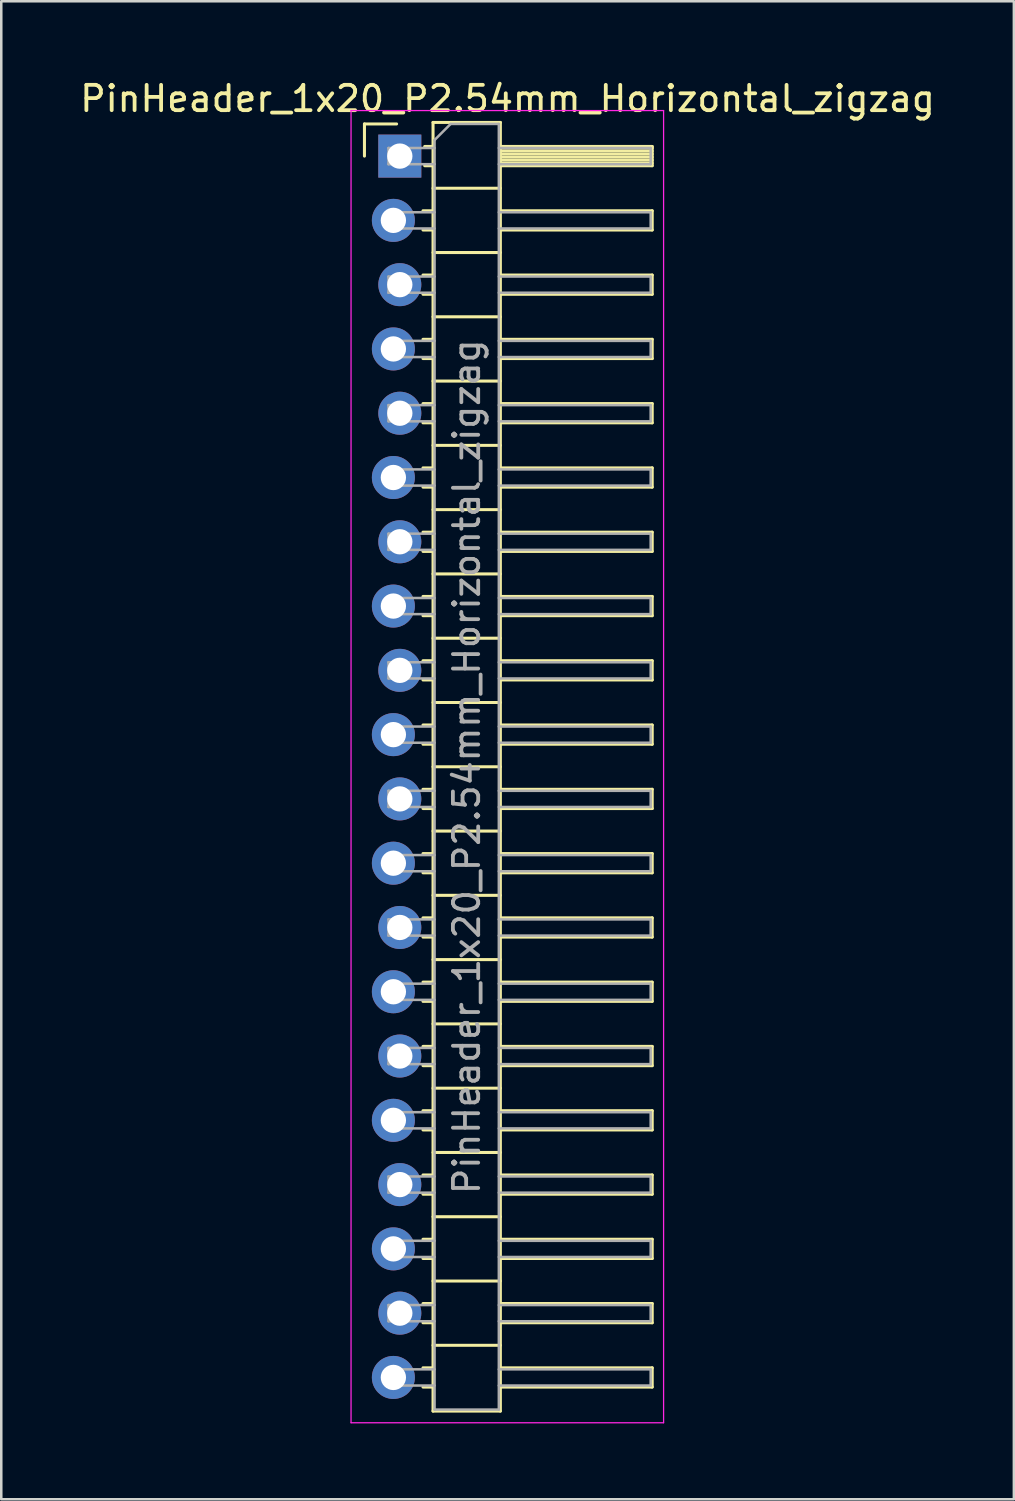
<source format=kicad_pcb>
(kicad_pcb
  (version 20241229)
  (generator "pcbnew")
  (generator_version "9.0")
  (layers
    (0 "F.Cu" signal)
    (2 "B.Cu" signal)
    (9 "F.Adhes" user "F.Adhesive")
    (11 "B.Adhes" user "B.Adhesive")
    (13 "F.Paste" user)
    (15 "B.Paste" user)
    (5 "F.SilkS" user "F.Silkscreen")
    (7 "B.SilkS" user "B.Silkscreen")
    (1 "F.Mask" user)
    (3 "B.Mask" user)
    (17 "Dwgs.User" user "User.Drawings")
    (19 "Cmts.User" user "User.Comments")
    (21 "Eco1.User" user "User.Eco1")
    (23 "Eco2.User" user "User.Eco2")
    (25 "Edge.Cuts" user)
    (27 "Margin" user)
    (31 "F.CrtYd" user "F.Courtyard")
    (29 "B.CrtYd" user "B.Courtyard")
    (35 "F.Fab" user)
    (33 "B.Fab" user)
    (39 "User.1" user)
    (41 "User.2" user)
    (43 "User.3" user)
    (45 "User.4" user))
  (footprint "PinHeader_1x20_P2.54mm_Horizontal_zigzag"
    (layer "F.Cu")
    (at 12.621 3.118)
    (property "Reference" "PinHeader_1x20_P2.54mm_Horizontal_zigzag" (at 4.385 -2.27 0) (layer "F.SilkS") (effects (font (size 1 1) (thickness 0.15))))
    (attr through_hole)
    (fp_line (start -1.27 -1.27) (end 0 -1.27) (stroke (width 0.12) (type solid)) (layer "F.SilkS"))
    (fp_line (start -1.27 0) (end -1.27 -1.27) (stroke (width 0.12) (type solid)) (layer "F.SilkS"))
    (fp_line (start 1.043 2.16) (end 1.44 2.16) (stroke (width 0.12) (type solid)) (layer "F.SilkS"))
    (fp_line (start 1.043 2.92) (end 1.44 2.92) (stroke (width 0.12) (type solid)) (layer "F.SilkS"))
    (fp_line (start 1.043 4.7) (end 1.44 4.7) (stroke (width 0.12) (type solid)) (layer "F.SilkS"))
    (fp_line (start 1.043 5.46) (end 1.44 5.46) (stroke (width 0.12) (type solid)) (layer "F.SilkS"))
    (fp_line (start 1.043 7.24) (end 1.44 7.24) (stroke (width 0.12) (type solid)) (layer "F.SilkS"))
    (fp_line (start 1.043 8) (end 1.44 8) (stroke (width 0.12) (type solid)) (layer "F.SilkS"))
    (fp_line (start 1.043 9.78) (end 1.44 9.78) (stroke (width 0.12) (type solid)) (layer "F.SilkS"))
    (fp_line (start 1.043 10.54) (end 1.44 10.54) (stroke (width 0.12) (type solid)) (layer "F.SilkS"))
    (fp_line (start 1.043 12.32) (end 1.44 12.32) (stroke (width 0.12) (type solid)) (layer "F.SilkS"))
    (fp_line (start 1.043 13.08) (end 1.44 13.08) (stroke (width 0.12) (type solid)) (layer "F.SilkS"))
    (fp_line (start 1.043 14.86) (end 1.44 14.86) (stroke (width 0.12) (type solid)) (layer "F.SilkS"))
    (fp_line (start 1.043 15.62) (end 1.44 15.62) (stroke (width 0.12) (type solid)) (layer "F.SilkS"))
    (fp_line (start 1.043 17.4) (end 1.44 17.4) (stroke (width 0.12) (type solid)) (layer "F.SilkS"))
    (fp_line (start 1.043 18.16) (end 1.44 18.16) (stroke (width 0.12) (type solid)) (layer "F.SilkS"))
    (fp_line (start 1.043 19.94) (end 1.44 19.94) (stroke (width 0.12) (type solid)) (layer "F.SilkS"))
    (fp_line (start 1.043 20.7) (end 1.44 20.7) (stroke (width 0.12) (type solid)) (layer "F.SilkS"))
    (fp_line (start 1.043 22.48) (end 1.44 22.48) (stroke (width 0.12) (type solid)) (layer "F.SilkS"))
    (fp_line (start 1.043 23.24) (end 1.44 23.24) (stroke (width 0.12) (type solid)) (layer "F.SilkS"))
    (fp_line (start 1.043 25.02) (end 1.44 25.02) (stroke (width 0.12) (type solid)) (layer "F.SilkS"))
    (fp_line (start 1.043 25.78) (end 1.44 25.78) (stroke (width 0.12) (type solid)) (layer "F.SilkS"))
    (fp_line (start 1.043 27.56) (end 1.44 27.56) (stroke (width 0.12) (type solid)) (layer "F.SilkS"))
    (fp_line (start 1.043 28.32) (end 1.44 28.32) (stroke (width 0.12) (type solid)) (layer "F.SilkS"))
    (fp_line (start 1.043 30.1) (end 1.44 30.1) (stroke (width 0.12) (type solid)) (layer "F.SilkS"))
    (fp_line (start 1.043 30.86) (end 1.44 30.86) (stroke (width 0.12) (type solid)) (layer "F.SilkS"))
    (fp_line (start 1.043 32.64) (end 1.44 32.64) (stroke (width 0.12) (type solid)) (layer "F.SilkS"))
    (fp_line (start 1.043 33.4) (end 1.44 33.4) (stroke (width 0.12) (type solid)) (layer "F.SilkS"))
    (fp_line (start 1.043 35.18) (end 1.44 35.18) (stroke (width 0.12) (type solid)) (layer "F.SilkS"))
    (fp_line (start 1.043 35.94) (end 1.44 35.94) (stroke (width 0.12) (type solid)) (layer "F.SilkS"))
    (fp_line (start 1.043 37.72) (end 1.44 37.72) (stroke (width 0.12) (type solid)) (layer "F.SilkS"))
    (fp_line (start 1.043 38.48) (end 1.44 38.48) (stroke (width 0.12) (type solid)) (layer "F.SilkS"))
    (fp_line (start 1.043 40.26) (end 1.44 40.26) (stroke (width 0.12) (type solid)) (layer "F.SilkS"))
    (fp_line (start 1.043 41.02) (end 1.44 41.02) (stroke (width 0.12) (type solid)) (layer "F.SilkS"))
    (fp_line (start 1.043 42.8) (end 1.44 42.8) (stroke (width 0.12) (type solid)) (layer "F.SilkS"))
    (fp_line (start 1.043 43.56) (end 1.44 43.56) (stroke (width 0.12) (type solid)) (layer "F.SilkS"))
    (fp_line (start 1.043 45.34) (end 1.44 45.34) (stroke (width 0.12) (type solid)) (layer "F.SilkS"))
    (fp_line (start 1.043 46.1) (end 1.44 46.1) (stroke (width 0.12) (type solid)) (layer "F.SilkS"))
    (fp_line (start 1.043 47.88) (end 1.44 47.88) (stroke (width 0.12) (type solid)) (layer "F.SilkS"))
    (fp_line (start 1.043 48.64) (end 1.44 48.64) (stroke (width 0.12) (type solid)) (layer "F.SilkS"))
    (fp_line (start 1.11 -0.38) (end 1.44 -0.38) (stroke (width 0.12) (type solid)) (layer "F.SilkS"))
    (fp_line (start 1.11 0.38) (end 1.44 0.38) (stroke (width 0.12) (type solid)) (layer "F.SilkS"))
    (fp_line (start 1.44 -1.33) (end 1.44 49.59) (stroke (width 0.12) (type solid)) (layer "F.SilkS"))
    (fp_line (start 1.44 1.27) (end 4.1 1.27) (stroke (width 0.12) (type solid)) (layer "F.SilkS"))
    (fp_line (start 1.44 3.81) (end 4.1 3.81) (stroke (width 0.12) (type solid)) (layer "F.SilkS"))
    (fp_line (start 1.44 6.35) (end 4.1 6.35) (stroke (width 0.12) (type solid)) (layer "F.SilkS"))
    (fp_line (start 1.44 8.89) (end 4.1 8.89) (stroke (width 0.12) (type solid)) (layer "F.SilkS"))
    (fp_line (start 1.44 11.43) (end 4.1 11.43) (stroke (width 0.12) (type solid)) (layer "F.SilkS"))
    (fp_line (start 1.44 13.97) (end 4.1 13.97) (stroke (width 0.12) (type solid)) (layer "F.SilkS"))
    (fp_line (start 1.44 16.51) (end 4.1 16.51) (stroke (width 0.12) (type solid)) (layer "F.SilkS"))
    (fp_line (start 1.44 19.05) (end 4.1 19.05) (stroke (width 0.12) (type solid)) (layer "F.SilkS"))
    (fp_line (start 1.44 21.59) (end 4.1 21.59) (stroke (width 0.12) (type solid)) (layer "F.SilkS"))
    (fp_line (start 1.44 24.13) (end 4.1 24.13) (stroke (width 0.12) (type solid)) (layer "F.SilkS"))
    (fp_line (start 1.44 26.67) (end 4.1 26.67) (stroke (width 0.12) (type solid)) (layer "F.SilkS"))
    (fp_line (start 1.44 29.21) (end 4.1 29.21) (stroke (width 0.12) (type solid)) (layer "F.SilkS"))
    (fp_line (start 1.44 31.75) (end 4.1 31.75) (stroke (width 0.12) (type solid)) (layer "F.SilkS"))
    (fp_line (start 1.44 34.29) (end 4.1 34.29) (stroke (width 0.12) (type solid)) (layer "F.SilkS"))
    (fp_line (start 1.44 36.83) (end 4.1 36.83) (stroke (width 0.12) (type solid)) (layer "F.SilkS"))
    (fp_line (start 1.44 39.37) (end 4.1 39.37) (stroke (width 0.12) (type solid)) (layer "F.SilkS"))
    (fp_line (start 1.44 41.91) (end 4.1 41.91) (stroke (width 0.12) (type solid)) (layer "F.SilkS"))
    (fp_line (start 1.44 44.45) (end 4.1 44.45) (stroke (width 0.12) (type solid)) (layer "F.SilkS"))
    (fp_line (start 1.44 46.99) (end 4.1 46.99) (stroke (width 0.12) (type solid)) (layer "F.SilkS"))
    (fp_line (start 1.44 49.59) (end 4.1 49.59) (stroke (width 0.12) (type solid)) (layer "F.SilkS"))
    (fp_line (start 4.1 -1.33) (end 1.44 -1.33) (stroke (width 0.12) (type solid)) (layer "F.SilkS"))
    (fp_line (start 4.1 -0.38) (end 10.1 -0.38) (stroke (width 0.12) (type solid)) (layer "F.SilkS"))
    (fp_line (start 4.1 -0.32) (end 10.1 -0.32) (stroke (width 0.12) (type solid)) (layer "F.SilkS"))
    (fp_line (start 4.1 -0.2) (end 10.1 -0.2) (stroke (width 0.12) (type solid)) (layer "F.SilkS"))
    (fp_line (start 4.1 -0.08) (end 10.1 -0.08) (stroke (width 0.12) (type solid)) (layer "F.SilkS"))
    (fp_line (start 4.1 0.04) (end 10.1 0.04) (stroke (width 0.12) (type solid)) (layer "F.SilkS"))
    (fp_line (start 4.1 0.16) (end 10.1 0.16) (stroke (width 0.12) (type solid)) (layer "F.SilkS"))
    (fp_line (start 4.1 0.28) (end 10.1 0.28) (stroke (width 0.12) (type solid)) (layer "F.SilkS"))
    (fp_line (start 4.1 2.16) (end 10.1 2.16) (stroke (width 0.12) (type solid)) (layer "F.SilkS"))
    (fp_line (start 4.1 4.7) (end 10.1 4.7) (stroke (width 0.12) (type solid)) (layer "F.SilkS"))
    (fp_line (start 4.1 7.24) (end 10.1 7.24) (stroke (width 0.12) (type solid)) (layer "F.SilkS"))
    (fp_line (start 4.1 9.78) (end 10.1 9.78) (stroke (width 0.12) (type solid)) (layer "F.SilkS"))
    (fp_line (start 4.1 12.32) (end 10.1 12.32) (stroke (width 0.12) (type solid)) (layer "F.SilkS"))
    (fp_line (start 4.1 14.86) (end 10.1 14.86) (stroke (width 0.12) (type solid)) (layer "F.SilkS"))
    (fp_line (start 4.1 17.4) (end 10.1 17.4) (stroke (width 0.12) (type solid)) (layer "F.SilkS"))
    (fp_line (start 4.1 19.94) (end 10.1 19.94) (stroke (width 0.12) (type solid)) (layer "F.SilkS"))
    (fp_line (start 4.1 22.48) (end 10.1 22.48) (stroke (width 0.12) (type solid)) (layer "F.SilkS"))
    (fp_line (start 4.1 25.02) (end 10.1 25.02) (stroke (width 0.12) (type solid)) (layer "F.SilkS"))
    (fp_line (start 4.1 27.56) (end 10.1 27.56) (stroke (width 0.12) (type solid)) (layer "F.SilkS"))
    (fp_line (start 4.1 30.1) (end 10.1 30.1) (stroke (width 0.12) (type solid)) (layer "F.SilkS"))
    (fp_line (start 4.1 32.64) (end 10.1 32.64) (stroke (width 0.12) (type solid)) (layer "F.SilkS"))
    (fp_line (start 4.1 35.18) (end 10.1 35.18) (stroke (width 0.12) (type solid)) (layer "F.SilkS"))
    (fp_line (start 4.1 37.72) (end 10.1 37.72) (stroke (width 0.12) (type solid)) (layer "F.SilkS"))
    (fp_line (start 4.1 40.26) (end 10.1 40.26) (stroke (width 0.12) (type solid)) (layer "F.SilkS"))
    (fp_line (start 4.1 42.8) (end 10.1 42.8) (stroke (width 0.12) (type solid)) (layer "F.SilkS"))
    (fp_line (start 4.1 45.34) (end 10.1 45.34) (stroke (width 0.12) (type solid)) (layer "F.SilkS"))
    (fp_line (start 4.1 47.88) (end 10.1 47.88) (stroke (width 0.12) (type solid)) (layer "F.SilkS"))
    (fp_line (start 4.1 49.59) (end 4.1 -1.33) (stroke (width 0.12) (type solid)) (layer "F.SilkS"))
    (fp_line (start 10.1 -0.38) (end 10.1 0.38) (stroke (width 0.12) (type solid)) (layer "F.SilkS"))
    (fp_line (start 10.1 0.38) (end 4.1 0.38) (stroke (width 0.12) (type solid)) (layer "F.SilkS"))
    (fp_line (start 10.1 2.16) (end 10.1 2.92) (stroke (width 0.12) (type solid)) (layer "F.SilkS"))
    (fp_line (start 10.1 2.92) (end 4.1 2.92) (stroke (width 0.12) (type solid)) (layer "F.SilkS"))
    (fp_line (start 10.1 4.7) (end 10.1 5.46) (stroke (width 0.12) (type solid)) (layer "F.SilkS"))
    (fp_line (start 10.1 5.46) (end 4.1 5.46) (stroke (width 0.12) (type solid)) (layer "F.SilkS"))
    (fp_line (start 10.1 7.24) (end 10.1 8) (stroke (width 0.12) (type solid)) (layer "F.SilkS"))
    (fp_line (start 10.1 8) (end 4.1 8) (stroke (width 0.12) (type solid)) (layer "F.SilkS"))
    (fp_line (start 10.1 9.78) (end 10.1 10.54) (stroke (width 0.12) (type solid)) (layer "F.SilkS"))
    (fp_line (start 10.1 10.54) (end 4.1 10.54) (stroke (width 0.12) (type solid)) (layer "F.SilkS"))
    (fp_line (start 10.1 12.32) (end 10.1 13.08) (stroke (width 0.12) (type solid)) (layer "F.SilkS"))
    (fp_line (start 10.1 13.08) (end 4.1 13.08) (stroke (width 0.12) (type solid)) (layer "F.SilkS"))
    (fp_line (start 10.1 14.86) (end 10.1 15.62) (stroke (width 0.12) (type solid)) (layer "F.SilkS"))
    (fp_line (start 10.1 15.62) (end 4.1 15.62) (stroke (width 0.12) (type solid)) (layer "F.SilkS"))
    (fp_line (start 10.1 17.4) (end 10.1 18.16) (stroke (width 0.12) (type solid)) (layer "F.SilkS"))
    (fp_line (start 10.1 18.16) (end 4.1 18.16) (stroke (width 0.12) (type solid)) (layer "F.SilkS"))
    (fp_line (start 10.1 19.94) (end 10.1 20.7) (stroke (width 0.12) (type solid)) (layer "F.SilkS"))
    (fp_line (start 10.1 20.7) (end 4.1 20.7) (stroke (width 0.12) (type solid)) (layer "F.SilkS"))
    (fp_line (start 10.1 22.48) (end 10.1 23.24) (stroke (width 0.12) (type solid)) (layer "F.SilkS"))
    (fp_line (start 10.1 23.24) (end 4.1 23.24) (stroke (width 0.12) (type solid)) (layer "F.SilkS"))
    (fp_line (start 10.1 25.02) (end 10.1 25.78) (stroke (width 0.12) (type solid)) (layer "F.SilkS"))
    (fp_line (start 10.1 25.78) (end 4.1 25.78) (stroke (width 0.12) (type solid)) (layer "F.SilkS"))
    (fp_line (start 10.1 27.56) (end 10.1 28.32) (stroke (width 0.12) (type solid)) (layer "F.SilkS"))
    (fp_line (start 10.1 28.32) (end 4.1 28.32) (stroke (width 0.12) (type solid)) (layer "F.SilkS"))
    (fp_line (start 10.1 30.1) (end 10.1 30.86) (stroke (width 0.12) (type solid)) (layer "F.SilkS"))
    (fp_line (start 10.1 30.86) (end 4.1 30.86) (stroke (width 0.12) (type solid)) (layer "F.SilkS"))
    (fp_line (start 10.1 32.64) (end 10.1 33.4) (stroke (width 0.12) (type solid)) (layer "F.SilkS"))
    (fp_line (start 10.1 33.4) (end 4.1 33.4) (stroke (width 0.12) (type solid)) (layer "F.SilkS"))
    (fp_line (start 10.1 35.18) (end 10.1 35.94) (stroke (width 0.12) (type solid)) (layer "F.SilkS"))
    (fp_line (start 10.1 35.94) (end 4.1 35.94) (stroke (width 0.12) (type solid)) (layer "F.SilkS"))
    (fp_line (start 10.1 37.72) (end 10.1 38.48) (stroke (width 0.12) (type solid)) (layer "F.SilkS"))
    (fp_line (start 10.1 38.48) (end 4.1 38.48) (stroke (width 0.12) (type solid)) (layer "F.SilkS"))
    (fp_line (start 10.1 40.26) (end 10.1 41.02) (stroke (width 0.12) (type solid)) (layer "F.SilkS"))
    (fp_line (start 10.1 41.02) (end 4.1 41.02) (stroke (width 0.12) (type solid)) (layer "F.SilkS"))
    (fp_line (start 10.1 42.8) (end 10.1 43.56) (stroke (width 0.12) (type solid)) (layer "F.SilkS"))
    (fp_line (start 10.1 43.56) (end 4.1 43.56) (stroke (width 0.12) (type solid)) (layer "F.SilkS"))
    (fp_line (start 10.1 45.34) (end 10.1 46.1) (stroke (width 0.12) (type solid)) (layer "F.SilkS"))
    (fp_line (start 10.1 46.1) (end 4.1 46.1) (stroke (width 0.12) (type solid)) (layer "F.SilkS"))
    (fp_line (start 10.1 47.88) (end 10.1 48.64) (stroke (width 0.12) (type solid)) (layer "F.SilkS"))
    (fp_line (start 10.1 48.64) (end 4.1 48.64) (stroke (width 0.12) (type solid)) (layer "F.SilkS"))
    (fp_line (start -1.8 -1.8) (end -1.8 50.05) (stroke (width 0.05) (type solid)) (layer "F.CrtYd"))
    (fp_line (start -1.8 50.05) (end 10.55 50.05) (stroke (width 0.05) (type solid)) (layer "F.CrtYd"))
    (fp_line (start 10.55 -1.8) (end -1.8 -1.8) (stroke (width 0.05) (type solid)) (layer "F.CrtYd"))
    (fp_line (start 10.55 50.05) (end 10.55 -1.8) (stroke (width 0.05) (type solid)) (layer "F.CrtYd"))
    (fp_line (start -0.32 -0.32) (end -0.32 0.32) (stroke (width 0.1) (type solid)) (layer "F.Fab"))
    (fp_line (start -0.32 -0.32) (end 1.5 -0.32) (stroke (width 0.1) (type solid)) (layer "F.Fab"))
    (fp_line (start -0.32 0.32) (end 1.5 0.32) (stroke (width 0.1) (type solid)) (layer "F.Fab"))
    (fp_line (start -0.32 2.22) (end -0.32 2.86) (stroke (width 0.1) (type solid)) (layer "F.Fab"))
    (fp_line (start -0.32 2.22) (end 1.5 2.22) (stroke (width 0.1) (type solid)) (layer "F.Fab"))
    (fp_line (start -0.32 2.86) (end 1.5 2.86) (stroke (width 0.1) (type solid)) (layer "F.Fab"))
    (fp_line (start -0.32 4.76) (end -0.32 5.4) (stroke (width 0.1) (type solid)) (layer "F.Fab"))
    (fp_line (start -0.32 4.76) (end 1.5 4.76) (stroke (width 0.1) (type solid)) (layer "F.Fab"))
    (fp_line (start -0.32 5.4) (end 1.5 5.4) (stroke (width 0.1) (type solid)) (layer "F.Fab"))
    (fp_line (start -0.32 7.3) (end -0.32 7.94) (stroke (width 0.1) (type solid)) (layer "F.Fab"))
    (fp_line (start -0.32 7.3) (end 1.5 7.3) (stroke (width 0.1) (type solid)) (layer "F.Fab"))
    (fp_line (start -0.32 7.94) (end 1.5 7.94) (stroke (width 0.1) (type solid)) (layer "F.Fab"))
    (fp_line (start -0.32 9.84) (end -0.32 10.48) (stroke (width 0.1) (type solid)) (layer "F.Fab"))
    (fp_line (start -0.32 9.84) (end 1.5 9.84) (stroke (width 0.1) (type solid)) (layer "F.Fab"))
    (fp_line (start -0.32 10.48) (end 1.5 10.48) (stroke (width 0.1) (type solid)) (layer "F.Fab"))
    (fp_line (start -0.32 12.38) (end -0.32 13.02) (stroke (width 0.1) (type solid)) (layer "F.Fab"))
    (fp_line (start -0.32 12.38) (end 1.5 12.38) (stroke (width 0.1) (type solid)) (layer "F.Fab"))
    (fp_line (start -0.32 13.02) (end 1.5 13.02) (stroke (width 0.1) (type solid)) (layer "F.Fab"))
    (fp_line (start -0.32 14.92) (end -0.32 15.56) (stroke (width 0.1) (type solid)) (layer "F.Fab"))
    (fp_line (start -0.32 14.92) (end 1.5 14.92) (stroke (width 0.1) (type solid)) (layer "F.Fab"))
    (fp_line (start -0.32 15.56) (end 1.5 15.56) (stroke (width 0.1) (type solid)) (layer "F.Fab"))
    (fp_line (start -0.32 17.46) (end -0.32 18.1) (stroke (width 0.1) (type solid)) (layer "F.Fab"))
    (fp_line (start -0.32 17.46) (end 1.5 17.46) (stroke (width 0.1) (type solid)) (layer "F.Fab"))
    (fp_line (start -0.32 18.1) (end 1.5 18.1) (stroke (width 0.1) (type solid)) (layer "F.Fab"))
    (fp_line (start -0.32 20) (end -0.32 20.64) (stroke (width 0.1) (type solid)) (layer "F.Fab"))
    (fp_line (start -0.32 20) (end 1.5 20) (stroke (width 0.1) (type solid)) (layer "F.Fab"))
    (fp_line (start -0.32 20.64) (end 1.5 20.64) (stroke (width 0.1) (type solid)) (layer "F.Fab"))
    (fp_line (start -0.32 22.54) (end -0.32 23.18) (stroke (width 0.1) (type solid)) (layer "F.Fab"))
    (fp_line (start -0.32 22.54) (end 1.5 22.54) (stroke (width 0.1) (type solid)) (layer "F.Fab"))
    (fp_line (start -0.32 23.18) (end 1.5 23.18) (stroke (width 0.1) (type solid)) (layer "F.Fab"))
    (fp_line (start -0.32 25.08) (end -0.32 25.72) (stroke (width 0.1) (type solid)) (layer "F.Fab"))
    (fp_line (start -0.32 25.08) (end 1.5 25.08) (stroke (width 0.1) (type solid)) (layer "F.Fab"))
    (fp_line (start -0.32 25.72) (end 1.5 25.72) (stroke (width 0.1) (type solid)) (layer "F.Fab"))
    (fp_line (start -0.32 27.62) (end -0.32 28.26) (stroke (width 0.1) (type solid)) (layer "F.Fab"))
    (fp_line (start -0.32 27.62) (end 1.5 27.62) (stroke (width 0.1) (type solid)) (layer "F.Fab"))
    (fp_line (start -0.32 28.26) (end 1.5 28.26) (stroke (width 0.1) (type solid)) (layer "F.Fab"))
    (fp_line (start -0.32 30.16) (end -0.32 30.8) (stroke (width 0.1) (type solid)) (layer "F.Fab"))
    (fp_line (start -0.32 30.16) (end 1.5 30.16) (stroke (width 0.1) (type solid)) (layer "F.Fab"))
    (fp_line (start -0.32 30.8) (end 1.5 30.8) (stroke (width 0.1) (type solid)) (layer "F.Fab"))
    (fp_line (start -0.32 32.7) (end -0.32 33.34) (stroke (width 0.1) (type solid)) (layer "F.Fab"))
    (fp_line (start -0.32 32.7) (end 1.5 32.7) (stroke (width 0.1) (type solid)) (layer "F.Fab"))
    (fp_line (start -0.32 33.34) (end 1.5 33.34) (stroke (width 0.1) (type solid)) (layer "F.Fab"))
    (fp_line (start -0.32 35.24) (end -0.32 35.88) (stroke (width 0.1) (type solid)) (layer "F.Fab"))
    (fp_line (start -0.32 35.24) (end 1.5 35.24) (stroke (width 0.1) (type solid)) (layer "F.Fab"))
    (fp_line (start -0.32 35.88) (end 1.5 35.88) (stroke (width 0.1) (type solid)) (layer "F.Fab"))
    (fp_line (start -0.32 37.78) (end -0.32 38.42) (stroke (width 0.1) (type solid)) (layer "F.Fab"))
    (fp_line (start -0.32 37.78) (end 1.5 37.78) (stroke (width 0.1) (type solid)) (layer "F.Fab"))
    (fp_line (start -0.32 38.42) (end 1.5 38.42) (stroke (width 0.1) (type solid)) (layer "F.Fab"))
    (fp_line (start -0.32 40.32) (end -0.32 40.96) (stroke (width 0.1) (type solid)) (layer "F.Fab"))
    (fp_line (start -0.32 40.32) (end 1.5 40.32) (stroke (width 0.1) (type solid)) (layer "F.Fab"))
    (fp_line (start -0.32 40.96) (end 1.5 40.96) (stroke (width 0.1) (type solid)) (layer "F.Fab"))
    (fp_line (start -0.32 42.86) (end -0.32 43.5) (stroke (width 0.1) (type solid)) (layer "F.Fab"))
    (fp_line (start -0.32 42.86) (end 1.5 42.86) (stroke (width 0.1) (type solid)) (layer "F.Fab"))
    (fp_line (start -0.32 43.5) (end 1.5 43.5) (stroke (width 0.1) (type solid)) (layer "F.Fab"))
    (fp_line (start -0.32 45.4) (end -0.32 46.04) (stroke (width 0.1) (type solid)) (layer "F.Fab"))
    (fp_line (start -0.32 45.4) (end 1.5 45.4) (stroke (width 0.1) (type solid)) (layer "F.Fab"))
    (fp_line (start -0.32 46.04) (end 1.5 46.04) (stroke (width 0.1) (type solid)) (layer "F.Fab"))
    (fp_line (start -0.32 47.94) (end -0.32 48.58) (stroke (width 0.1) (type solid)) (layer "F.Fab"))
    (fp_line (start -0.32 47.94) (end 1.5 47.94) (stroke (width 0.1) (type solid)) (layer "F.Fab"))
    (fp_line (start -0.32 48.58) (end 1.5 48.58) (stroke (width 0.1) (type solid)) (layer "F.Fab"))
    (fp_line (start 1.5 -0.635) (end 2.135 -1.27) (stroke (width 0.1) (type solid)) (layer "F.Fab"))
    (fp_line (start 1.5 49.53) (end 1.5 -0.635) (stroke (width 0.1) (type solid)) (layer "F.Fab"))
    (fp_line (start 2.135 -1.27) (end 4.04 -1.27) (stroke (width 0.1) (type solid)) (layer "F.Fab"))
    (fp_line (start 4.04 -1.27) (end 4.04 49.53) (stroke (width 0.1) (type solid)) (layer "F.Fab"))
    (fp_line (start 4.04 -0.32) (end 10.04 -0.32) (stroke (width 0.1) (type solid)) (layer "F.Fab"))
    (fp_line (start 4.04 0.32) (end 10.04 0.32) (stroke (width 0.1) (type solid)) (layer "F.Fab"))
    (fp_line (start 4.04 2.22) (end 10.04 2.22) (stroke (width 0.1) (type solid)) (layer "F.Fab"))
    (fp_line (start 4.04 2.86) (end 10.04 2.86) (stroke (width 0.1) (type solid)) (layer "F.Fab"))
    (fp_line (start 4.04 4.76) (end 10.04 4.76) (stroke (width 0.1) (type solid)) (layer "F.Fab"))
    (fp_line (start 4.04 5.4) (end 10.04 5.4) (stroke (width 0.1) (type solid)) (layer "F.Fab"))
    (fp_line (start 4.04 7.3) (end 10.04 7.3) (stroke (width 0.1) (type solid)) (layer "F.Fab"))
    (fp_line (start 4.04 7.94) (end 10.04 7.94) (stroke (width 0.1) (type solid)) (layer "F.Fab"))
    (fp_line (start 4.04 9.84) (end 10.04 9.84) (stroke (width 0.1) (type solid)) (layer "F.Fab"))
    (fp_line (start 4.04 10.48) (end 10.04 10.48) (stroke (width 0.1) (type solid)) (layer "F.Fab"))
    (fp_line (start 4.04 12.38) (end 10.04 12.38) (stroke (width 0.1) (type solid)) (layer "F.Fab"))
    (fp_line (start 4.04 13.02) (end 10.04 13.02) (stroke (width 0.1) (type solid)) (layer "F.Fab"))
    (fp_line (start 4.04 14.92) (end 10.04 14.92) (stroke (width 0.1) (type solid)) (layer "F.Fab"))
    (fp_line (start 4.04 15.56) (end 10.04 15.56) (stroke (width 0.1) (type solid)) (layer "F.Fab"))
    (fp_line (start 4.04 17.46) (end 10.04 17.46) (stroke (width 0.1) (type solid)) (layer "F.Fab"))
    (fp_line (start 4.04 18.1) (end 10.04 18.1) (stroke (width 0.1) (type solid)) (layer "F.Fab"))
    (fp_line (start 4.04 20) (end 10.04 20) (stroke (width 0.1) (type solid)) (layer "F.Fab"))
    (fp_line (start 4.04 20.64) (end 10.04 20.64) (stroke (width 0.1) (type solid)) (layer "F.Fab"))
    (fp_line (start 4.04 22.54) (end 10.04 22.54) (stroke (width 0.1) (type solid)) (layer "F.Fab"))
    (fp_line (start 4.04 23.18) (end 10.04 23.18) (stroke (width 0.1) (type solid)) (layer "F.Fab"))
    (fp_line (start 4.04 25.08) (end 10.04 25.08) (stroke (width 0.1) (type solid)) (layer "F.Fab"))
    (fp_line (start 4.04 25.72) (end 10.04 25.72) (stroke (width 0.1) (type solid)) (layer "F.Fab"))
    (fp_line (start 4.04 27.62) (end 10.04 27.62) (stroke (width 0.1) (type solid)) (layer "F.Fab"))
    (fp_line (start 4.04 28.26) (end 10.04 28.26) (stroke (width 0.1) (type solid)) (layer "F.Fab"))
    (fp_line (start 4.04 30.16) (end 10.04 30.16) (stroke (width 0.1) (type solid)) (layer "F.Fab"))
    (fp_line (start 4.04 30.8) (end 10.04 30.8) (stroke (width 0.1) (type solid)) (layer "F.Fab"))
    (fp_line (start 4.04 32.7) (end 10.04 32.7) (stroke (width 0.1) (type solid)) (layer "F.Fab"))
    (fp_line (start 4.04 33.34) (end 10.04 33.34) (stroke (width 0.1) (type solid)) (layer "F.Fab"))
    (fp_line (start 4.04 35.24) (end 10.04 35.24) (stroke (width 0.1) (type solid)) (layer "F.Fab"))
    (fp_line (start 4.04 35.88) (end 10.04 35.88) (stroke (width 0.1) (type solid)) (layer "F.Fab"))
    (fp_line (start 4.04 37.78) (end 10.04 37.78) (stroke (width 0.1) (type solid)) (layer "F.Fab"))
    (fp_line (start 4.04 38.42) (end 10.04 38.42) (stroke (width 0.1) (type solid)) (layer "F.Fab"))
    (fp_line (start 4.04 40.32) (end 10.04 40.32) (stroke (width 0.1) (type solid)) (layer "F.Fab"))
    (fp_line (start 4.04 40.96) (end 10.04 40.96) (stroke (width 0.1) (type solid)) (layer "F.Fab"))
    (fp_line (start 4.04 42.86) (end 10.04 42.86) (stroke (width 0.1) (type solid)) (layer "F.Fab"))
    (fp_line (start 4.04 43.5) (end 10.04 43.5) (stroke (width 0.1) (type solid)) (layer "F.Fab"))
    (fp_line (start 4.04 45.4) (end 10.04 45.4) (stroke (width 0.1) (type solid)) (layer "F.Fab"))
    (fp_line (start 4.04 46.04) (end 10.04 46.04) (stroke (width 0.1) (type solid)) (layer "F.Fab"))
    (fp_line (start 4.04 47.94) (end 10.04 47.94) (stroke (width 0.1) (type solid)) (layer "F.Fab"))
    (fp_line (start 4.04 48.58) (end 10.04 48.58) (stroke (width 0.1) (type solid)) (layer "F.Fab"))
    (fp_line (start 4.04 49.53) (end 1.5 49.53) (stroke (width 0.1) (type solid)) (layer "F.Fab"))
    (fp_line (start 10.04 -0.32) (end 10.04 0.32) (stroke (width 0.1) (type solid)) (layer "F.Fab"))
    (fp_line (start 10.04 2.22) (end 10.04 2.86) (stroke (width 0.1) (type solid)) (layer "F.Fab"))
    (fp_line (start 10.04 4.76) (end 10.04 5.4) (stroke (width 0.1) (type solid)) (layer "F.Fab"))
    (fp_line (start 10.04 7.3) (end 10.04 7.94) (stroke (width 0.1) (type solid)) (layer "F.Fab"))
    (fp_line (start 10.04 9.84) (end 10.04 10.48) (stroke (width 0.1) (type solid)) (layer "F.Fab"))
    (fp_line (start 10.04 12.38) (end 10.04 13.02) (stroke (width 0.1) (type solid)) (layer "F.Fab"))
    (fp_line (start 10.04 14.92) (end 10.04 15.56) (stroke (width 0.1) (type solid)) (layer "F.Fab"))
    (fp_line (start 10.04 17.46) (end 10.04 18.1) (stroke (width 0.1) (type solid)) (layer "F.Fab"))
    (fp_line (start 10.04 20) (end 10.04 20.64) (stroke (width 0.1) (type solid)) (layer "F.Fab"))
    (fp_line (start 10.04 22.54) (end 10.04 23.18) (stroke (width 0.1) (type solid)) (layer "F.Fab"))
    (fp_line (start 10.04 25.08) (end 10.04 25.72) (stroke (width 0.1) (type solid)) (layer "F.Fab"))
    (fp_line (start 10.04 27.62) (end 10.04 28.26) (stroke (width 0.1) (type solid)) (layer "F.Fab"))
    (fp_line (start 10.04 30.16) (end 10.04 30.8) (stroke (width 0.1) (type solid)) (layer "F.Fab"))
    (fp_line (start 10.04 32.7) (end 10.04 33.34) (stroke (width 0.1) (type solid)) (layer "F.Fab"))
    (fp_line (start 10.04 35.24) (end 10.04 35.88) (stroke (width 0.1) (type solid)) (layer "F.Fab"))
    (fp_line (start 10.04 37.78) (end 10.04 38.42) (stroke (width 0.1) (type solid)) (layer "F.Fab"))
    (fp_line (start 10.04 40.32) (end 10.04 40.96) (stroke (width 0.1) (type solid)) (layer "F.Fab"))
    (fp_line (start 10.04 42.86) (end 10.04 43.5) (stroke (width 0.1) (type solid)) (layer "F.Fab"))
    (fp_line (start 10.04 45.4) (end 10.04 46.04) (stroke (width 0.1) (type solid)) (layer "F.Fab"))
    (fp_line (start 10.04 47.94) (end 10.04 48.58) (stroke (width 0.1) (type solid)) (layer "F.Fab"))
    (fp_text user "${REFERENCE}" (at 2.77 24.13 90) (layer "F.Fab") (effects (font (size 1 1) (thickness 0.15))))
    (pad "1" thru_hole rect (at 0.127 0) (size 1.7 1.7) (drill 1) (layers "*.Cu" "*.Mask"))
    (pad "2" thru_hole oval (at -0.127 2.54) (size 1.7 1.7) (drill 1) (layers "*.Cu" "*.Mask"))
    (pad "3" thru_hole oval (at 0.127 5.08) (size 1.7 1.7) (drill 1) (layers "*.Cu" "*.Mask"))
    (pad "4" thru_hole oval (at -0.127 7.62) (size 1.7 1.7) (drill 1) (layers "*.Cu" "*.Mask"))
    (pad "5" thru_hole oval (at 0.127 10.16) (size 1.7 1.7) (drill 1) (layers "*.Cu" "*.Mask"))
    (pad "6" thru_hole oval (at -0.127 12.7) (size 1.7 1.7) (drill 1) (layers "*.Cu" "*.Mask"))
    (pad "7" thru_hole oval (at 0.127 15.24) (size 1.7 1.7) (drill 1) (layers "*.Cu" "*.Mask"))
    (pad "8" thru_hole oval (at -0.127 17.78) (size 1.7 1.7) (drill 1) (layers "*.Cu" "*.Mask"))
    (pad "9" thru_hole oval (at 0.127 20.32) (size 1.7 1.7) (drill 1) (layers "*.Cu" "*.Mask"))
    (pad "10" thru_hole oval (at -0.127 22.86) (size 1.7 1.7) (drill 1) (layers "*.Cu" "*.Mask"))
    (pad "11" thru_hole oval (at 0.127 25.4) (size 1.7 1.7) (drill 1) (layers "*.Cu" "*.Mask"))
    (pad "12" thru_hole oval (at -0.127 27.94) (size 1.7 1.7) (drill 1) (layers "*.Cu" "*.Mask"))
    (pad "13" thru_hole oval (at 0.127 30.48) (size 1.7 1.7) (drill 1) (layers "*.Cu" "*.Mask"))
    (pad "14" thru_hole oval (at -0.127 33.02) (size 1.7 1.7) (drill 1) (layers "*.Cu" "*.Mask"))
    (pad "15" thru_hole oval (at 0.127 35.56) (size 1.7 1.7) (drill 1) (layers "*.Cu" "*.Mask"))
    (pad "16" thru_hole oval (at -0.127 38.1) (size 1.7 1.7) (drill 1) (layers "*.Cu" "*.Mask"))
    (pad "17" thru_hole oval (at 0.127 40.64) (size 1.7 1.7) (drill 1) (layers "*.Cu" "*.Mask"))
    (pad "18" thru_hole oval (at -0.127 43.18) (size 1.7 1.7) (drill 1) (layers "*.Cu" "*.Mask"))
    (pad "19" thru_hole oval (at 0.127 45.72) (size 1.7 1.7) (drill 1) (layers "*.Cu" "*.Mask"))
    (pad "20" thru_hole oval (at -0.127 48.26) (size 1.7 1.7) (drill 1) (layers "*.Cu" "*.Mask")))
  (gr_rect
    (start -3 -3)
    (end 37.012 56.193)
    (stroke (width 0.1) (type default))
    (fill no)
    (layer "Edge.Cuts")))
</source>
